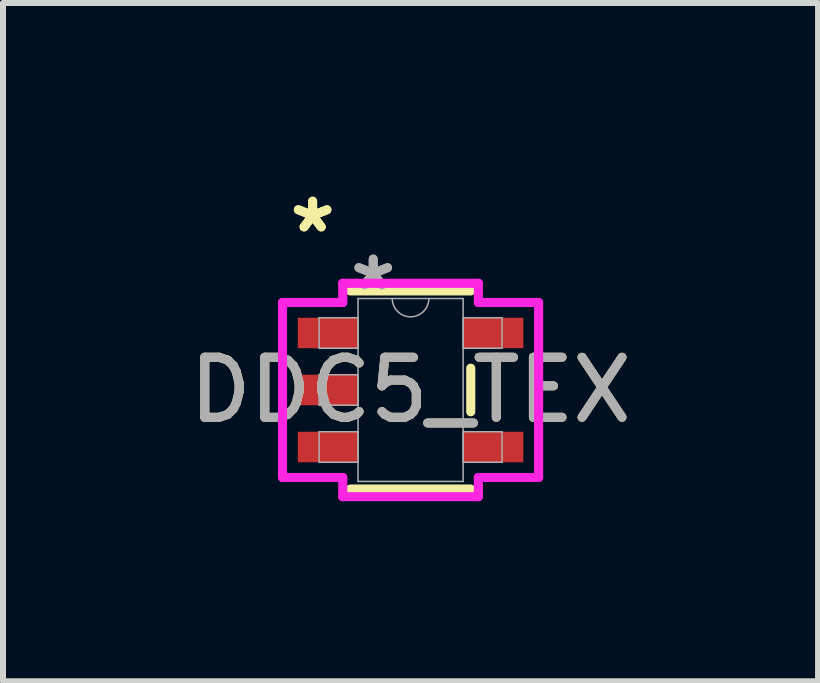
<source format=kicad_pcb>
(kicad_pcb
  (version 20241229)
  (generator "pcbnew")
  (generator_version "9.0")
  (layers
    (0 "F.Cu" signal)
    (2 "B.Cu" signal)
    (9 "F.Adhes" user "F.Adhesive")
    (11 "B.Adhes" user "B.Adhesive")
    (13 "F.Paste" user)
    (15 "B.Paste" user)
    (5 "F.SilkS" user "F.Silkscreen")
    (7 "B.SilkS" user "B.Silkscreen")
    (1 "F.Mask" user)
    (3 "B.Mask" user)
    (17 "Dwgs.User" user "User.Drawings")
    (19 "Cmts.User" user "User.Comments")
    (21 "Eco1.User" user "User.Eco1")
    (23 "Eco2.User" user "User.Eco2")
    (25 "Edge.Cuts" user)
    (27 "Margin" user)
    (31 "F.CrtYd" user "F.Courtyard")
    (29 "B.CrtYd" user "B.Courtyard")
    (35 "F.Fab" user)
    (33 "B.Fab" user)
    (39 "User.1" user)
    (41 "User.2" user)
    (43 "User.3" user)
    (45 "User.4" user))
  (footprint "DDC5_TEX"
    (layer "F.Cu")
    (at 3.792 3.449)
    (property "Reference" "DDC5_TEX" (at 0 0 0) (unlocked yes) (layer "F.SilkS") (effects (font (size 1 1) (thickness 0.15))))
    (attr smd)
    (fp_line (start -1.003 1.651) (end 1.003 1.651) (stroke (width 0.152) (type solid)) (layer "F.SilkS"))
    (fp_line (start 1.003 -1.651) (end -1.003 -1.651) (stroke (width 0.152) (type solid)) (layer "F.SilkS"))
    (fp_line (start 1.003 0.363) (end 1.003 -0.363) (stroke (width 0.152) (type solid)) (layer "F.SilkS"))
    (fp_line (start -2.134 -1.458) (end -1.13 -1.458) (stroke (width 0.152) (type solid)) (layer "F.CrtYd"))
    (fp_line (start -2.134 1.458) (end -2.134 -1.458) (stroke (width 0.152) (type solid)) (layer "F.CrtYd"))
    (fp_line (start -1.13 -1.778) (end 1.13 -1.778) (stroke (width 0.152) (type solid)) (layer "F.CrtYd"))
    (fp_line (start -1.13 -1.458) (end -1.13 -1.778) (stroke (width 0.152) (type solid)) (layer "F.CrtYd"))
    (fp_line (start -1.13 1.458) (end -2.134 1.458) (stroke (width 0.152) (type solid)) (layer "F.CrtYd"))
    (fp_line (start -1.13 1.778) (end -1.13 1.458) (stroke (width 0.152) (type solid)) (layer "F.CrtYd"))
    (fp_line (start 1.13 -1.778) (end 1.13 -1.458) (stroke (width 0.152) (type solid)) (layer "F.CrtYd"))
    (fp_line (start 1.13 -1.458) (end 2.134 -1.458) (stroke (width 0.152) (type solid)) (layer "F.CrtYd"))
    (fp_line (start 1.13 1.458) (end 1.13 1.778) (stroke (width 0.152) (type solid)) (layer "F.CrtYd"))
    (fp_line (start 1.13 1.778) (end -1.13 1.778) (stroke (width 0.152) (type solid)) (layer "F.CrtYd"))
    (fp_line (start 2.134 -1.458) (end 2.134 1.458) (stroke (width 0.152) (type solid)) (layer "F.CrtYd"))
    (fp_line (start 2.134 1.458) (end 1.13 1.458) (stroke (width 0.152) (type solid)) (layer "F.CrtYd"))
    (fp_line (start -1.524 -1.204) (end -1.524 -0.696) (stroke (width 0.025) (type solid)) (layer "F.Fab"))
    (fp_line (start -1.524 -0.696) (end -0.876 -0.696) (stroke (width 0.025) (type solid)) (layer "F.Fab"))
    (fp_line (start -1.524 -0.254) (end -1.524 0.254) (stroke (width 0.025) (type solid)) (layer "F.Fab"))
    (fp_line (start -1.524 0.254) (end -0.876 0.254) (stroke (width 0.025) (type solid)) (layer "F.Fab"))
    (fp_line (start -1.524 0.696) (end -1.524 1.204) (stroke (width 0.025) (type solid)) (layer "F.Fab"))
    (fp_line (start -1.524 1.204) (end -0.876 1.204) (stroke (width 0.025) (type solid)) (layer "F.Fab"))
    (fp_line (start -0.876 -1.524) (end -0.876 1.524) (stroke (width 0.025) (type solid)) (layer "F.Fab"))
    (fp_line (start -0.876 -1.204) (end -1.524 -1.204) (stroke (width 0.025) (type solid)) (layer "F.Fab"))
    (fp_line (start -0.876 -0.696) (end -0.876 -1.204) (stroke (width 0.025) (type solid)) (layer "F.Fab"))
    (fp_line (start -0.876 -0.254) (end -1.524 -0.254) (stroke (width 0.025) (type solid)) (layer "F.Fab"))
    (fp_line (start -0.876 0.254) (end -0.876 -0.254) (stroke (width 0.025) (type solid)) (layer "F.Fab"))
    (fp_line (start -0.876 0.696) (end -1.524 0.696) (stroke (width 0.025) (type solid)) (layer "F.Fab"))
    (fp_line (start -0.876 1.204) (end -0.876 0.696) (stroke (width 0.025) (type solid)) (layer "F.Fab"))
    (fp_line (start -0.876 1.524) (end 0.876 1.524) (stroke (width 0.025) (type solid)) (layer "F.Fab"))
    (fp_line (start 0.876 -1.524) (end -0.876 -1.524) (stroke (width 0.025) (type solid)) (layer "F.Fab"))
    (fp_line (start 0.876 -1.204) (end 0.876 -0.696) (stroke (width 0.025) (type solid)) (layer "F.Fab"))
    (fp_line (start 0.876 -0.696) (end 1.524 -0.696) (stroke (width 0.025) (type solid)) (layer "F.Fab"))
    (fp_line (start 0.876 0.696) (end 0.876 1.204) (stroke (width 0.025) (type solid)) (layer "F.Fab"))
    (fp_line (start 0.876 1.204) (end 1.524 1.204) (stroke (width 0.025) (type solid)) (layer "F.Fab"))
    (fp_line (start 0.876 1.524) (end 0.876 -1.524) (stroke (width 0.025) (type solid)) (layer "F.Fab"))
    (fp_line (start 1.524 -1.204) (end 0.876 -1.204) (stroke (width 0.025) (type solid)) (layer "F.Fab"))
    (fp_line (start 1.524 -0.696) (end 1.524 -1.204) (stroke (width 0.025) (type solid)) (layer "F.Fab"))
    (fp_line (start 1.524 0.696) (end 0.876 0.696) (stroke (width 0.025) (type solid)) (layer "F.Fab"))
    (fp_line (start 1.524 1.204) (end 1.524 0.696) (stroke (width 0.025) (type solid)) (layer "F.Fab"))
    (fp_arc (start 0.3048 -1.524) (mid 0 -1.2192) (end -0.3048 -1.524) (stroke (width 0.0254) (type solid)) (layer "F.Fab"))
    (fp_text user "*" (at -1.632 -2.601 0) (unlocked yes) (layer "F.SilkS") (effects (font (size 1 1) (thickness 0.15))))
    (fp_text user "*" (at -1.632 -2.601 0) (layer "F.SilkS") (effects (font (size 1 1) (thickness 0.15))))
    (fp_text user "${REFERENCE}" (at 0 0 0) (unlocked yes) (layer "F.Fab") (effects (font (size 1 1) (thickness 0.15))))
    (fp_text user "*" (at -0.622 -1.636 0) (layer "F.Fab") (effects (font (size 1 1) (thickness 0.15))))
    (fp_text user "*" (at -0.622 -1.636 0) (unlocked yes) (layer "F.Fab") (effects (font (size 1 1) (thickness 0.15))))
    (pad "1" smd rect (at -1.378 -0.95) (size 1.003 0.508) (layers "F.Cu" "F.Mask" "F.Paste"))
    (pad "2" smd rect (at -1.378 0) (size 1.003 0.508) (layers "F.Cu" "F.Mask" "F.Paste"))
    (pad "3" smd rect (at -1.378 0.95) (size 1.003 0.508) (layers "F.Cu" "F.Mask" "F.Paste"))
    (pad "4" smd rect (at 1.378 0.95) (size 1.003 0.508) (layers "F.Cu" "F.Mask" "F.Paste"))
    (pad "5" smd rect (at 1.378 -0.95) (size 1.003 0.508) (layers "F.Cu" "F.Mask" "F.Paste")))
  (gr_rect
    (start -3 -3)
    (end 10.583 8.303)
    (stroke (width 0.1) (type default))
    (fill no)
    (layer "Edge.Cuts")))
</source>
